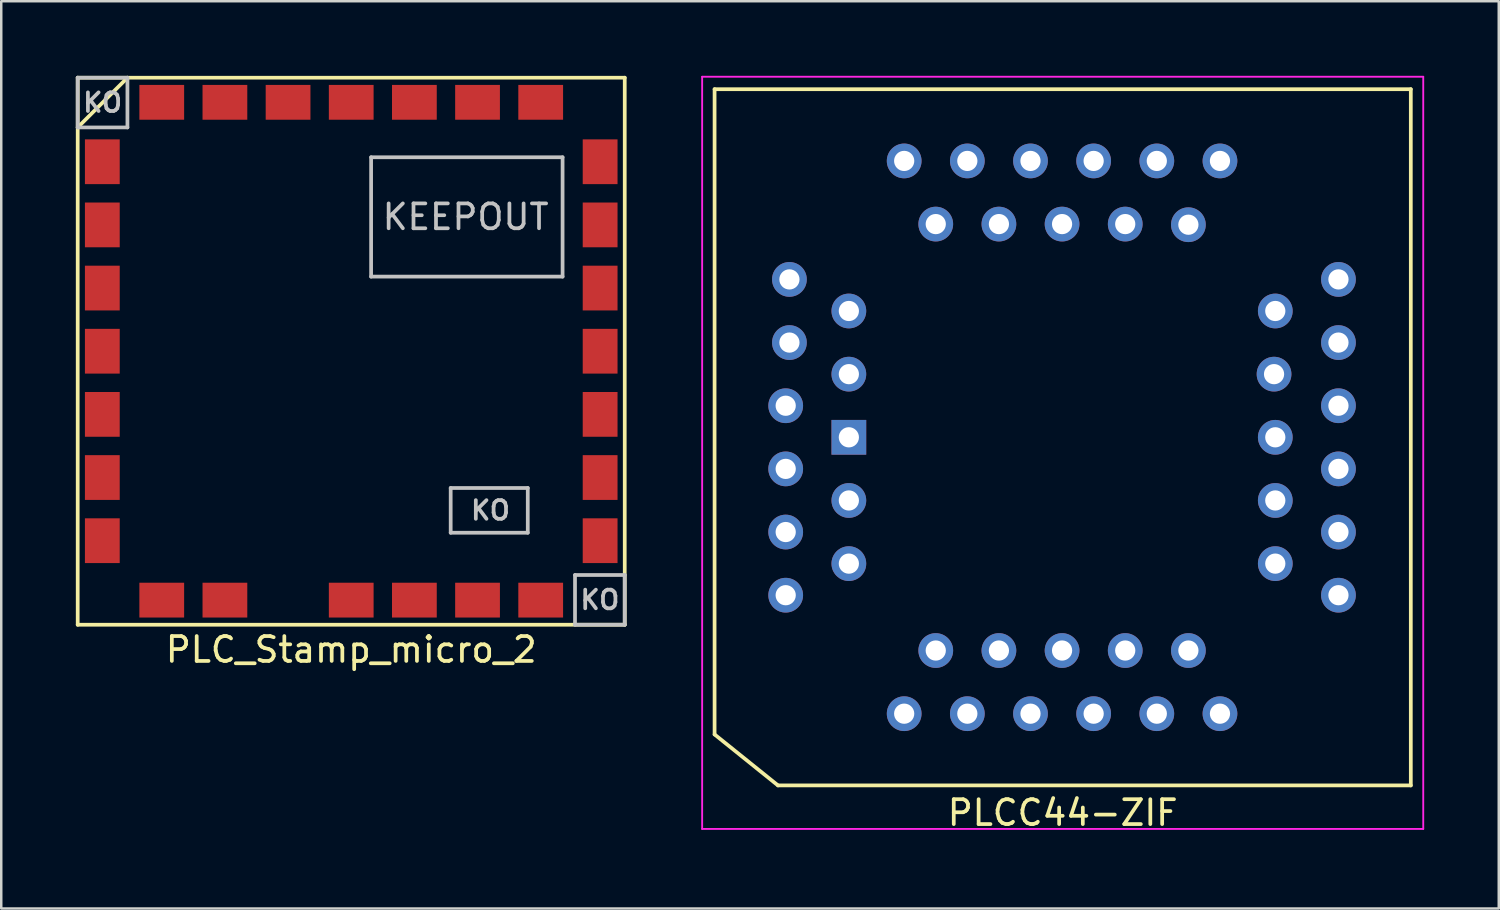
<source format=kicad_pcb>
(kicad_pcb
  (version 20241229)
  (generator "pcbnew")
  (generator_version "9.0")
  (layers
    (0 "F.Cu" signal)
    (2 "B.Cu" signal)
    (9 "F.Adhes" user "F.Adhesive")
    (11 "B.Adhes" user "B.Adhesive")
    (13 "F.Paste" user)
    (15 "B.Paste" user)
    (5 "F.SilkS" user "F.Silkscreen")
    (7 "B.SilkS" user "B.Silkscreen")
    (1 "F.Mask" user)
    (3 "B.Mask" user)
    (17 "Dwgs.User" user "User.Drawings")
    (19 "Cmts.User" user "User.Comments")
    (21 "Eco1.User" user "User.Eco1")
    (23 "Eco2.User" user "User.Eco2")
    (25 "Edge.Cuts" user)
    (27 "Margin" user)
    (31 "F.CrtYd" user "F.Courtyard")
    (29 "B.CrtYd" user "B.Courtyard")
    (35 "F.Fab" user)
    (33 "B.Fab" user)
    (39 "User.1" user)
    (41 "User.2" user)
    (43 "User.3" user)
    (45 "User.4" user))
  (footprint "PLCC44-ZIF"
    (layer "F.Cu")
    (at 39.688 14.537)
    (property "Reference" "PLCC44-ZIF" (at 0 15.1 180) (layer "F.SilkS") (effects (font (size 1 1) (thickness 0.15))))
    (attr through_hole)
    (fp_line (start -14 -14) (end -14 11.95) (stroke (width 0.15) (type solid)) (layer "F.SilkS"))
    (fp_line (start -14 11.95) (end -11.45 14) (stroke (width 0.15) (type solid)) (layer "F.SilkS"))
    (fp_line (start -11.45 14) (end 14 14) (stroke (width 0.15) (type solid)) (layer "F.SilkS"))
    (fp_line (start 14 -14) (end -14 -14) (stroke (width 0.15) (type solid)) (layer "F.SilkS"))
    (fp_line (start 14 14) (end 14 -14) (stroke (width 0.15) (type solid)) (layer "F.SilkS"))
    (fp_line (start -14.5 -14.5) (end 14.5 -14.5) (stroke (width 0.075) (type solid)) (layer "F.CrtYd"))
    (fp_line (start -14.5 15.75) (end -14.5 -14.5) (stroke (width 0.075) (type solid)) (layer "F.CrtYd"))
    (fp_line (start 14.5 -14.5) (end 14.5 15.75) (stroke (width 0.075) (type solid)) (layer "F.CrtYd"))
    (fp_line (start 14.5 15.75) (end -14.5 15.75) (stroke (width 0.075) (type solid)) (layer "F.CrtYd"))
    (pad "1" thru_hole rect (at -8.6 0) (size 1.397 1.397) (drill 0.813) (layers "*.Cu" "*.Mask"))
    (pad "2" thru_hole circle (at -11.14 1.27) (size 1.397 1.397) (drill 0.813) (layers "*.Cu" "*.Mask"))
    (pad "3" thru_hole circle (at -8.6 2.54) (size 1.397 1.397) (drill 0.813) (layers "*.Cu" "*.Mask"))
    (pad "4" thru_hole circle (at -11.14 3.81) (size 1.397 1.397) (drill 0.813) (layers "*.Cu" "*.Mask"))
    (pad "5" thru_hole circle (at -8.6 5.08) (size 1.397 1.397) (drill 0.813) (layers "*.Cu" "*.Mask"))
    (pad "6" thru_hole circle (at -11.14 6.35) (size 1.397 1.397) (drill 0.813) (layers "*.Cu" "*.Mask"))
    (pad "7" thru_hole circle (at -6.375 11.115) (size 1.397 1.397) (drill 0.813) (layers "*.Cu" "*.Mask"))
    (pad "8" thru_hole circle (at -5.105 8.575) (size 1.397 1.397) (drill 0.813) (layers "*.Cu" "*.Mask"))
    (pad "9" thru_hole circle (at -3.835 11.115) (size 1.397 1.397) (drill 0.813) (layers "*.Cu" "*.Mask"))
    (pad "10" thru_hole circle (at -2.565 8.575) (size 1.397 1.397) (drill 0.813) (layers "*.Cu" "*.Mask"))
    (pad "11" thru_hole circle (at -1.295 11.115) (size 1.397 1.397) (drill 0.813) (layers "*.Cu" "*.Mask"))
    (pad "12" thru_hole circle (at -0.025 8.575) (size 1.397 1.397) (drill 0.813) (layers "*.Cu" "*.Mask"))
    (pad "13" thru_hole circle (at 1.245 11.115) (size 1.397 1.397) (drill 0.813) (layers "*.Cu" "*.Mask"))
    (pad "14" thru_hole circle (at 2.515 8.575) (size 1.397 1.397) (drill 0.813) (layers "*.Cu" "*.Mask"))
    (pad "15" thru_hole circle (at 3.785 11.115) (size 1.397 1.397) (drill 0.813) (layers "*.Cu" "*.Mask"))
    (pad "16" thru_hole circle (at 5.055 8.575) (size 1.397 1.397) (drill 0.813) (layers "*.Cu" "*.Mask"))
    (pad "17" thru_hole circle (at 6.325 11.115) (size 1.397 1.397) (drill 0.813) (layers "*.Cu" "*.Mask"))
    (pad "18" thru_hole circle (at 11.09 6.35) (size 1.397 1.397) (drill 0.813) (layers "*.Cu" "*.Mask"))
    (pad "19" thru_hole circle (at 8.55 5.08) (size 1.397 1.397) (drill 0.813) (layers "*.Cu" "*.Mask"))
    (pad "20" thru_hole circle (at 11.09 3.81) (size 1.397 1.397) (drill 0.813) (layers "*.Cu" "*.Mask"))
    (pad "21" thru_hole circle (at 8.55 2.54) (size 1.397 1.397) (drill 0.813) (layers "*.Cu" "*.Mask"))
    (pad "22" thru_hole circle (at 11.09 1.27) (size 1.397 1.397) (drill 0.813) (layers "*.Cu" "*.Mask"))
    (pad "23" thru_hole circle (at 8.55 0) (size 1.397 1.397) (drill 0.813) (layers "*.Cu" "*.Mask"))
    (pad "24" thru_hole circle (at 11.09 -1.27) (size 1.397 1.397) (drill 0.813) (layers "*.Cu" "*.Mask"))
    (pad "25" thru_hole circle (at 8.5 -2.54) (size 1.397 1.397) (drill 0.813) (layers "*.Cu" "*.Mask"))
    (pad "26" thru_hole circle (at 11.09 -3.81) (size 1.397 1.397) (drill 0.813) (layers "*.Cu" "*.Mask"))
    (pad "27" thru_hole circle (at 8.55 -5.08) (size 1.397 1.397) (drill 0.813) (layers "*.Cu" "*.Mask"))
    (pad "28" thru_hole circle (at 11.09 -6.35) (size 1.397 1.397) (drill 0.813) (layers "*.Cu" "*.Mask"))
    (pad "29" thru_hole circle (at 6.325 -11.115) (size 1.397 1.397) (drill 0.813) (layers "*.Cu" "*.Mask"))
    (pad "30" thru_hole circle (at 5.055 -8.55) (size 1.397 1.397) (drill 0.813) (layers "*.Cu" "*.Mask"))
    (pad "31" thru_hole circle (at 3.785 -11.115) (size 1.397 1.397) (drill 0.813) (layers "*.Cu" "*.Mask"))
    (pad "32" thru_hole circle (at 2.515 -8.575) (size 1.397 1.397) (drill 0.813) (layers "*.Cu" "*.Mask"))
    (pad "33" thru_hole circle (at 1.245 -11.115) (size 1.397 1.397) (drill 0.813) (layers "*.Cu" "*.Mask"))
    (pad "34" thru_hole circle (at -0.025 -8.575) (size 1.397 1.397) (drill 0.813) (layers "*.Cu" "*.Mask"))
    (pad "35" thru_hole circle (at -1.295 -11.115) (size 1.397 1.397) (drill 0.813) (layers "*.Cu" "*.Mask"))
    (pad "36" thru_hole circle (at -2.565 -8.575) (size 1.397 1.397) (drill 0.813) (layers "*.Cu" "*.Mask"))
    (pad "37" thru_hole circle (at -3.835 -11.115) (size 1.397 1.397) (drill 0.813) (layers "*.Cu" "*.Mask"))
    (pad "38" thru_hole circle (at -5.105 -8.575) (size 1.397 1.397) (drill 0.813) (layers "*.Cu" "*.Mask"))
    (pad "39" thru_hole circle (at -6.375 -11.115) (size 1.397 1.397) (drill 0.813) (layers "*.Cu" "*.Mask"))
    (pad "40" thru_hole circle (at -10.99 -6.35) (size 1.397 1.397) (drill 0.813) (layers "*.Cu" "*.Mask"))
    (pad "41" thru_hole circle (at -8.6 -5.08) (size 1.397 1.397) (drill 0.813) (layers "*.Cu" "*.Mask"))
    (pad "42" thru_hole circle (at -10.99 -3.81) (size 1.397 1.397) (drill 0.813) (layers "*.Cu" "*.Mask"))
    (pad "43" thru_hole circle (at -8.6 -2.54) (size 1.397 1.397) (drill 0.813) (layers "*.Cu" "*.Mask"))
    (pad "44" thru_hole circle (at -11.14 -1.27) (size 1.397 1.397) (drill 0.813) (layers "*.Cu" "*.Mask")))
  (footprint "PLC_Stamp_micro_2"
    (layer "F.Cu")
    (at 11.075 11.075)
    (property "Reference" "PLC_Stamp_micro_2" (at 0 12 0) (layer "F.SilkS") (effects (font (size 1 1) (thickness 0.15))))
    (attr through_hole)
    (fp_line (start -11 -11) (end 11 -11) (stroke (width 0.15) (type solid)) (layer "F.SilkS"))
    (fp_line (start -11 -9) (end -9 -11) (stroke (width 0.15) (type solid)) (layer "F.SilkS"))
    (fp_line (start -11 11) (end -11 -11) (stroke (width 0.15) (type solid)) (layer "F.SilkS"))
    (fp_line (start 11 -11) (end 11 11) (stroke (width 0.15) (type solid)) (layer "F.SilkS"))
    (fp_line (start 11 11) (end -11 11) (stroke (width 0.15) (type solid)) (layer "F.SilkS"))
    (fp_line (start -11 -11) (end -11 -9) (stroke (width 0.15) (type solid)) (layer "Dwgs.User"))
    (fp_line (start -11 -9) (end -9 -9) (stroke (width 0.15) (type solid)) (layer "Dwgs.User"))
    (fp_line (start -9 -11) (end -11 -11) (stroke (width 0.15) (type solid)) (layer "Dwgs.User"))
    (fp_line (start -9 -9) (end -9 -11) (stroke (width 0.15) (type solid)) (layer "Dwgs.User"))
    (fp_line (start 0.8 -7.8) (end 0.8 -3) (stroke (width 0.15) (type solid)) (layer "Dwgs.User"))
    (fp_line (start 0.8 -3) (end 8.5 -3) (stroke (width 0.15) (type solid)) (layer "Dwgs.User"))
    (fp_line (start 4 5.5) (end 4 7.3) (stroke (width 0.15) (type solid)) (layer "Dwgs.User"))
    (fp_line (start 4 7.3) (end 7.1 7.3) (stroke (width 0.15) (type solid)) (layer "Dwgs.User"))
    (fp_line (start 7.1 5.5) (end 4 5.5) (stroke (width 0.15) (type solid)) (layer "Dwgs.User"))
    (fp_line (start 7.1 7.3) (end 7.1 5.5) (stroke (width 0.15) (type solid)) (layer "Dwgs.User"))
    (fp_line (start 8.5 -7.8) (end 0.8 -7.8) (stroke (width 0.15) (type solid)) (layer "Dwgs.User"))
    (fp_line (start 8.5 -3) (end 8.5 -7.8) (stroke (width 0.15) (type solid)) (layer "Dwgs.User"))
    (fp_line (start 9 9) (end 11 9) (stroke (width 0.15) (type solid)) (layer "Dwgs.User"))
    (fp_line (start 9 11) (end 9 9) (stroke (width 0.15) (type solid)) (layer "Dwgs.User"))
    (fp_line (start 11 9) (end 11 11) (stroke (width 0.15) (type solid)) (layer "Dwgs.User"))
    (fp_line (start 11 11) (end 9 11) (stroke (width 0.15) (type solid)) (layer "Dwgs.User"))
    (fp_text user "KO" (at 5.6 6.4 0) (layer "Dwgs.User") (effects (font (size 0.75 0.75) (thickness 0.15))))
    (fp_text user "KO" (at 10 10 0) (layer "Dwgs.User") (effects (font (size 0.75 0.75) (thickness 0.15))))
    (fp_text user "KEEPOUT" (at 4.6 -5.4 0) (layer "Dwgs.User") (effects (font (size 1 1) (thickness 0.15))))
    (fp_text user "KO" (at -10 -10 0) (layer "Dwgs.User") (effects (font (size 0.75 0.75) (thickness 0.15))))
    (pad "1" smd rect (at -10.01 -7.62 270) (size 1.8 1.4) (layers "F.Cu" "F.Mask" "F.Paste"))
    (pad "2" smd rect (at -10.01 -5.08 270) (size 1.8 1.4) (layers "F.Cu" "F.Mask" "F.Paste"))
    (pad "3" smd rect (at -10.01 -2.54 270) (size 1.8 1.4) (layers "F.Cu" "F.Mask" "F.Paste"))
    (pad "4" smd rect (at -10.01 0 270) (size 1.8 1.4) (layers "F.Cu" "F.Mask" "F.Paste"))
    (pad "5" smd rect (at -10.01 2.54 270) (size 1.8 1.4) (layers "F.Cu" "F.Mask" "F.Paste"))
    (pad "6" smd rect (at -10.01 5.08 270) (size 1.8 1.4) (layers "F.Cu" "F.Mask" "F.Paste"))
    (pad "7" smd rect (at -10.01 7.62 270) (size 1.8 1.4) (layers "F.Cu" "F.Mask" "F.Paste"))
    (pad "8" smd rect (at -7.62 10.01) (size 1.8 1.4) (layers "F.Cu" "F.Mask" "F.Paste"))
    (pad "9" smd rect (at -5.08 10.01) (size 1.8 1.4) (layers "F.Cu" "F.Mask" "F.Paste"))
    (pad "11" smd rect (at 0 10.01) (size 1.8 1.4) (layers "F.Cu" "F.Mask" "F.Paste"))
    (pad "12" smd rect (at 2.54 10.01) (size 1.8 1.4) (layers "F.Cu" "F.Mask" "F.Paste"))
    (pad "13" smd rect (at 5.08 10.01) (size 1.8 1.4) (layers "F.Cu" "F.Mask" "F.Paste"))
    (pad "14" smd rect (at 7.62 10.01) (size 1.8 1.4) (layers "F.Cu" "F.Mask" "F.Paste"))
    (pad "15" smd rect (at 10.01 7.62 90) (size 1.8 1.4) (layers "F.Cu" "F.Mask" "F.Paste"))
    (pad "16" smd rect (at 10.01 5.08 90) (size 1.8 1.4) (layers "F.Cu" "F.Mask" "F.Paste"))
    (pad "17" smd rect (at 10.01 2.54 90) (size 1.8 1.4) (layers "F.Cu" "F.Mask" "F.Paste"))
    (pad "18" smd rect (at 10.01 0 90) (size 1.8 1.4) (layers "F.Cu" "F.Mask" "F.Paste"))
    (pad "19" smd rect (at 10.01 -2.54 90) (size 1.8 1.4) (layers "F.Cu" "F.Mask" "F.Paste"))
    (pad "20" smd rect (at 10.01 -5.08 90) (size 1.8 1.4) (layers "F.Cu" "F.Mask" "F.Paste"))
    (pad "21" smd rect (at 10.01 -7.62 90) (size 1.8 1.4) (layers "F.Cu" "F.Mask" "F.Paste"))
    (pad "22" smd rect (at 7.62 -10.01 180) (size 1.8 1.4) (layers "F.Cu" "F.Mask" "F.Paste"))
    (pad "23" smd rect (at 5.08 -10.01 180) (size 1.8 1.4) (layers "F.Cu" "F.Mask" "F.Paste"))
    (pad "24" smd rect (at 2.54 -10.01 180) (size 1.8 1.4) (layers "F.Cu" "F.Mask" "F.Paste"))
    (pad "25" smd rect (at 0 -10.01 180) (size 1.8 1.4) (layers "F.Cu" "F.Mask" "F.Paste"))
    (pad "26" smd rect (at -2.54 -10.01 180) (size 1.8 1.4) (layers "F.Cu" "F.Mask" "F.Paste"))
    (pad "27" smd rect (at -5.08 -10.01 180) (size 1.8 1.4) (layers "F.Cu" "F.Mask" "F.Paste"))
    (pad "28" smd rect (at -7.62 -10.01 180) (size 1.8 1.4) (layers "F.Cu" "F.Mask" "F.Paste")))
  (gr_rect
    (start -3 -3)
    (end 57.225 33.486)
    (stroke (width 0.1) (type default))
    (fill no)
    (layer "Edge.Cuts")))
</source>
